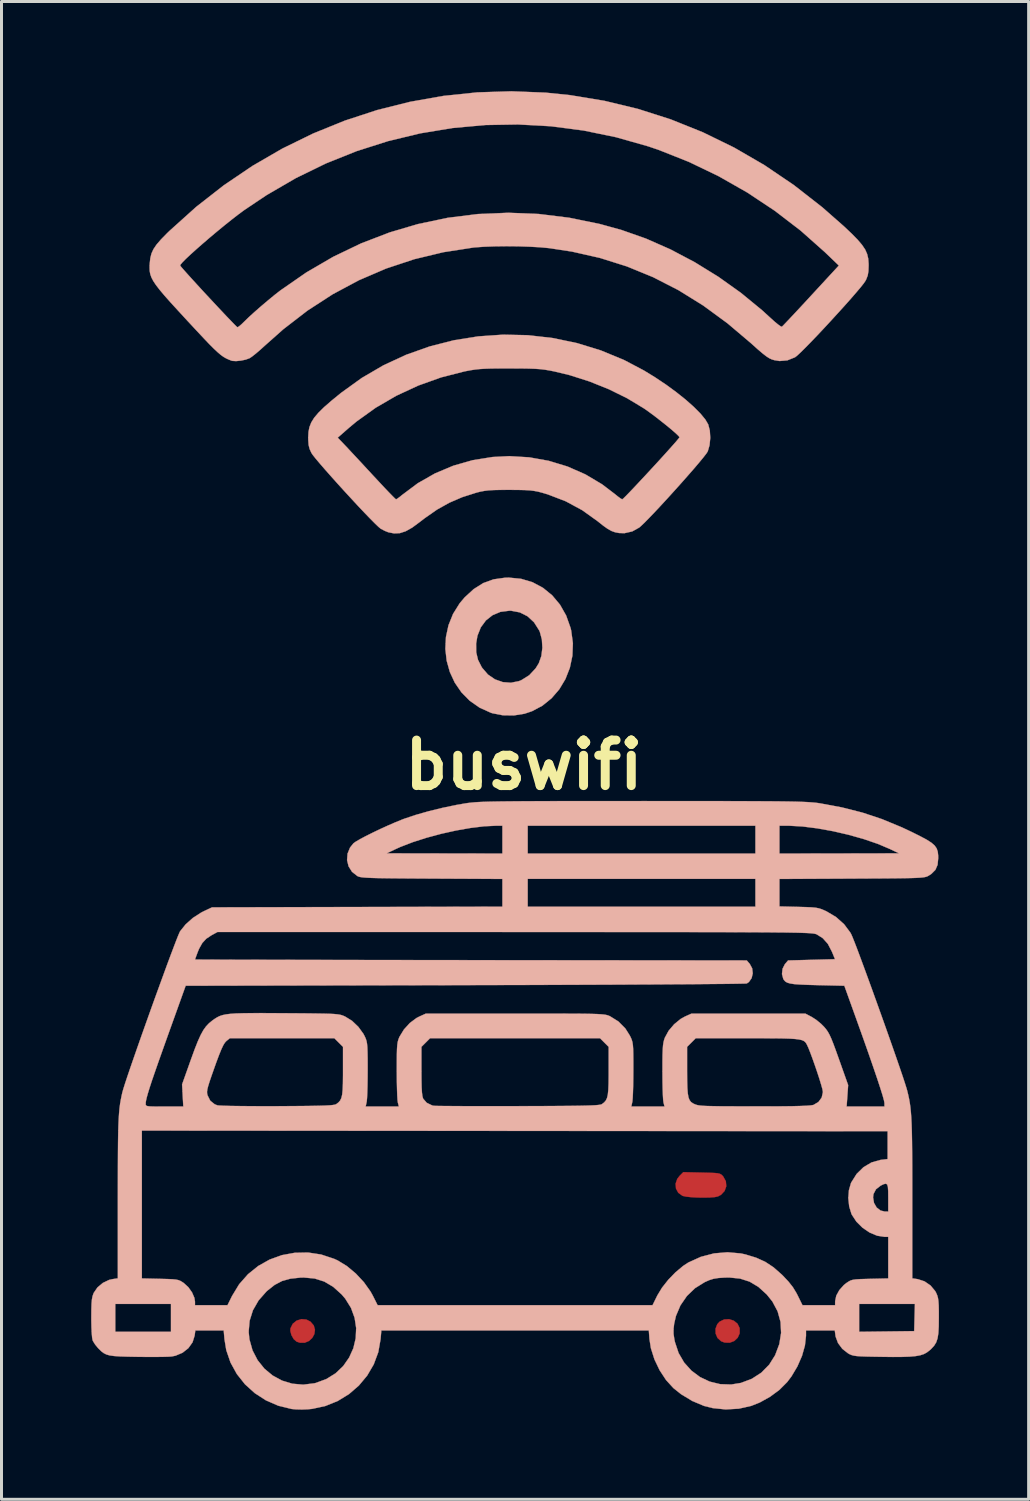
<source format=kicad_pcb>
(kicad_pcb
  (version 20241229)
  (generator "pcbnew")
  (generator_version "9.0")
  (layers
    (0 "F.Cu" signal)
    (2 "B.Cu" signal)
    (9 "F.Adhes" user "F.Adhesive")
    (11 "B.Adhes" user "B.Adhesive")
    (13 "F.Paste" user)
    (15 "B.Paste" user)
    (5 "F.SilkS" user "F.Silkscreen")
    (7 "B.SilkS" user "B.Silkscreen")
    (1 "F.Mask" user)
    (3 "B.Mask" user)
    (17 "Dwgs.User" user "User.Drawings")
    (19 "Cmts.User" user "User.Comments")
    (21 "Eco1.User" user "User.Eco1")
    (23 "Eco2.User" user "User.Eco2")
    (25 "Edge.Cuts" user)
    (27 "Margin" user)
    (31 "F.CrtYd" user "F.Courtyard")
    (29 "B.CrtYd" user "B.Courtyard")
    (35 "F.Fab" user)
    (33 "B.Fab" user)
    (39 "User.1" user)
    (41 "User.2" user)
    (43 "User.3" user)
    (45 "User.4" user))
  (footprint "buswifi"
    (layer "F.Cu")
    (at 14.482 22.55)
    (property "Reference" "buswifi" (at 0 0 0) (layer "F.SilkS") (effects (font (size 1.524 1.524) (thickness 0.3))))
    (attr through_hole)
    (fp_poly (pts (xy -7.279 18.557) (xy -7.142 18.627) (xy -7.032 18.756) (xy -6.992 18.899) (xy -7.012 19.042) (xy -7.082 19.171) (xy -7.191 19.273) (xy -7.331 19.332) (xy -7.491 19.334) (xy -7.607 19.296) (xy -7.704 19.211) (xy -7.78 19.078) (xy -7.817 18.935) (xy -7.812 18.852) (xy -7.735 18.698) (xy -7.606 18.593) (xy -7.446 18.543) (xy -7.279 18.557)) (stroke (width 0.01) (type solid)) (fill yes) (layer "F.Cu"))
    (fp_poly (pts (xy 7.023 18.595) (xy 7.148 18.696) (xy 7.218 18.841) (xy 7.219 18.842) (xy 7.221 19.017) (xy 7.155 19.165) (xy 7.04 19.274) (xy 6.889 19.332) (xy 6.72 19.328) (xy 6.599 19.283) (xy 6.479 19.174) (xy 6.416 19.027) (xy 6.412 18.865) (xy 6.47 18.714) (xy 6.549 18.627) (xy 6.702 18.554) (xy 6.867 18.545) (xy 7.023 18.595)) (stroke (width 0.01) (type solid)) (fill yes) (layer "F.Cu"))
    (fp_poly (pts (xy 5.951 13.639) (xy 6.192 13.645) (xy 6.362 13.651) (xy 6.478 13.661) (xy 6.554 13.678) (xy 6.604 13.704) (xy 6.645 13.741) (xy 6.671 13.771) (xy 6.758 13.929) (xy 6.772 14.097) (xy 6.716 14.254) (xy 6.597 14.382) (xy 6.491 14.438) (xy 6.384 14.46) (xy 6.218 14.473) (xy 6.014 14.477) (xy 5.799 14.474) (xy 5.594 14.462) (xy 5.424 14.444) (xy 5.313 14.419) (xy 5.306 14.416) (xy 5.166 14.316) (xy 5.089 14.174) (xy 5.076 14.012) (xy 5.131 13.85) (xy 5.207 13.752) (xy 5.334 13.625) (xy 5.951 13.639)) (stroke (width 0.01) (type solid)) (fill yes) (layer "F.Cu"))
    (fp_poly (pts (xy -0.095 -6.231) (xy 0.289 -6.116) (xy 0.638 -5.929) (xy 0.946 -5.678) (xy 1.207 -5.367) (xy 1.414 -5.002) (xy 1.561 -4.588) (xy 1.582 -4.5) (xy 1.639 -4.076) (xy 1.623 -3.658) (xy 1.538 -3.255) (xy 1.39 -2.877) (xy 1.184 -2.533) (xy 0.925 -2.233) (xy 0.619 -1.985) (xy 0.27 -1.8) (xy 0.02 -1.716) (xy -0.337 -1.659) (xy -0.705 -1.664) (xy -1.05 -1.731) (xy -1.102 -1.747) (xy -1.483 -1.919) (xy -1.814 -2.151) (xy -2.092 -2.433) (xy -2.314 -2.757) (xy -2.479 -3.113) (xy -2.585 -3.492) (xy -2.629 -3.885) (xy -2.62 -4.064) (xy -1.599 -4.064) (xy -1.596 -3.771) (xy -1.536 -3.519) (xy -1.413 -3.277) (xy -1.397 -3.252) (xy -1.203 -3.027) (xy -0.968 -2.866) (xy -0.707 -2.774) (xy -0.432 -2.753) (xy -0.158 -2.81) (xy -0.085 -2.84) (xy 0.179 -3.005) (xy 0.395 -3.238) (xy 0.499 -3.408) (xy 0.584 -3.647) (xy 0.618 -3.922) (xy 0.601 -4.202) (xy 0.533 -4.455) (xy 0.512 -4.503) (xy 0.339 -4.775) (xy 0.121 -4.977) (xy -0.136 -5.107) (xy -0.428 -5.162) (xy -0.487 -5.163) (xy -0.785 -5.125) (xy -1.049 -5.014) (xy -1.271 -4.839) (xy -1.442 -4.607) (xy -1.555 -4.326) (xy -1.599 -4.064) (xy -2.62 -4.064) (xy -2.609 -4.283) (xy -2.524 -4.677) (xy -2.371 -5.057) (xy -2.148 -5.414) (xy -1.983 -5.609) (xy -1.679 -5.888) (xy -1.361 -6.088) (xy -1.016 -6.213) (xy -0.634 -6.267) (xy -0.505 -6.271) (xy -0.095 -6.231)) (stroke (width 0.01) (type solid)) (fill yes) (layer "B.SilkS"))
    (fp_poly (pts (xy 0.133 -14.383) (xy 0.96 -14.289) (xy 1.776 -14.119) (xy 2.576 -13.873) (xy 3.354 -13.551) (xy 4.015 -13.203) (xy 4.393 -12.971) (xy 4.758 -12.727) (xy 5.1 -12.476) (xy 5.412 -12.227) (xy 5.683 -11.986) (xy 5.906 -11.762) (xy 6.071 -11.562) (xy 6.168 -11.397) (xy 6.221 -11.192) (xy 6.236 -10.949) (xy 6.213 -10.704) (xy 6.152 -10.495) (xy 6.151 -10.493) (xy 6.103 -10.419) (xy 6.005 -10.293) (xy 5.865 -10.123) (xy 5.691 -9.918) (xy 5.49 -9.688) (xy 5.272 -9.441) (xy 5.043 -9.186) (xy 4.813 -8.932) (xy 4.589 -8.689) (xy 4.379 -8.464) (xy 4.19 -8.267) (xy 4.033 -8.107) (xy 3.913 -7.993) (xy 3.86 -7.947) (xy 3.626 -7.817) (xy 3.366 -7.758) (xy 3.185 -7.763) (xy 3.053 -7.788) (xy 2.933 -7.831) (xy 2.806 -7.901) (xy 2.654 -8.009) (xy 2.468 -8.157) (xy 1.953 -8.526) (xy 1.4 -8.825) (xy 0.799 -9.056) (xy 0.614 -9.111) (xy 0.477 -9.147) (xy 0.346 -9.172) (xy 0.204 -9.19) (xy 0.032 -9.2) (xy -0.188 -9.205) (xy -0.474 -9.207) (xy -0.487 -9.207) (xy -0.778 -9.206) (xy -1.002 -9.201) (xy -1.178 -9.191) (xy -1.323 -9.173) (xy -1.457 -9.148) (xy -1.588 -9.115) (xy -2.062 -8.964) (xy -2.492 -8.779) (xy -2.904 -8.549) (xy -3.32 -8.259) (xy -3.485 -8.132) (xy -3.738 -7.945) (xy -3.955 -7.823) (xy -4.152 -7.759) (xy -4.343 -7.75) (xy -4.54 -7.789) (xy -4.656 -7.836) (xy -4.784 -7.903) (xy -4.794 -7.909) (xy -4.864 -7.967) (xy -4.982 -8.08) (xy -5.139 -8.238) (xy -5.328 -8.434) (xy -5.539 -8.657) (xy -5.764 -8.9) (xy -5.996 -9.152) (xy -6.227 -9.406) (xy -6.447 -9.652) (xy -6.65 -9.881) (xy -6.826 -10.085) (xy -6.968 -10.253) (xy -7.067 -10.378) (xy -7.112 -10.446) (xy -7.172 -10.578) (xy -7.205 -10.711) (xy -7.217 -10.88) (xy -7.218 -10.954) (xy -6.231 -10.954) (xy -6.023 -10.737) (xy -5.936 -10.646) (xy -5.803 -10.503) (xy -5.633 -10.321) (xy -5.437 -10.111) (xy -5.227 -9.883) (xy -5.062 -9.705) (xy -4.859 -9.487) (xy -4.675 -9.29) (xy -4.517 -9.124) (xy -4.393 -8.997) (xy -4.311 -8.916) (xy -4.279 -8.89) (xy -4.232 -8.915) (xy -4.145 -8.98) (xy -4.082 -9.032) (xy -3.552 -9.429) (xy -2.975 -9.758) (xy -2.361 -10.016) (xy -1.717 -10.2) (xy -1.05 -10.307) (xy -0.487 -10.336) (xy 0.178 -10.296) (xy 0.831 -10.179) (xy 1.46 -9.988) (xy 2.058 -9.725) (xy 2.615 -9.394) (xy 3.034 -9.075) (xy 3.149 -8.982) (xy 3.242 -8.915) (xy 3.291 -8.89) (xy 3.328 -8.92) (xy 3.414 -9.004) (xy 3.539 -9.133) (xy 3.696 -9.298) (xy 3.877 -9.491) (xy 4.073 -9.701) (xy 4.276 -9.921) (xy 4.479 -10.141) (xy 4.672 -10.353) (xy 4.847 -10.547) (xy 4.996 -10.714) (xy 5.111 -10.846) (xy 5.184 -10.934) (xy 5.207 -10.967) (xy 5.175 -11.011) (xy 5.087 -11.096) (xy 4.955 -11.211) (xy 4.792 -11.347) (xy 4.608 -11.493) (xy 4.418 -11.642) (xy 4.232 -11.781) (xy 4.062 -11.903) (xy 4.002 -11.943) (xy 3.451 -12.275) (xy 2.84 -12.576) (xy 2.192 -12.836) (xy 1.53 -13.047) (xy 1.016 -13.171) (xy 0.849 -13.204) (xy 0.697 -13.229) (xy 0.543 -13.247) (xy 0.372 -13.259) (xy 0.168 -13.266) (xy -0.085 -13.27) (xy -0.403 -13.271) (xy -0.487 -13.271) (xy -0.822 -13.271) (xy -1.089 -13.268) (xy -1.303 -13.261) (xy -1.48 -13.25) (xy -1.636 -13.233) (xy -1.787 -13.21) (xy -1.949 -13.179) (xy -1.99 -13.171) (xy -2.772 -12.971) (xy -3.535 -12.698) (xy -4.268 -12.358) (xy -4.958 -11.957) (xy -5.595 -11.5) (xy -5.857 -11.282) (xy -6.231 -10.954) (xy -7.218 -10.954) (xy -7.218 -10.963) (xy -7.209 -11.144) (xy -7.177 -11.308) (xy -7.115 -11.464) (xy -7.017 -11.622) (xy -6.876 -11.789) (xy -6.685 -11.977) (xy -6.438 -12.192) (xy -6.127 -12.446) (xy -6.117 -12.454) (xy -5.428 -12.951) (xy -4.7 -13.376) (xy -3.94 -13.728) (xy -3.153 -14.007) (xy -2.347 -14.213) (xy -1.526 -14.344) (xy -0.697 -14.401) (xy 0.133 -14.383)) (stroke (width 0.01) (type solid)) (fill yes) (layer "B.SilkS"))
    (fp_poly (pts (xy 0.726 -22.5) (xy 1.546 -22.416) (xy 2.695 -22.226) (xy 3.819 -21.955) (xy 4.917 -21.604) (xy 5.989 -21.173) (xy 7.033 -20.663) (xy 8.047 -20.075) (xy 9.032 -19.408) (xy 9.986 -18.663) (xy 10.709 -18.027) (xy 10.968 -17.782) (xy 11.168 -17.578) (xy 11.316 -17.404) (xy 11.42 -17.249) (xy 11.486 -17.099) (xy 11.522 -16.946) (xy 11.535 -16.776) (xy 11.536 -16.721) (xy 11.529 -16.528) (xy 11.506 -16.385) (xy 11.457 -16.256) (xy 11.43 -16.203) (xy 11.373 -16.119) (xy 11.266 -15.984) (xy 11.117 -15.808) (xy 10.935 -15.598) (xy 10.728 -15.365) (xy 10.503 -15.117) (xy 10.27 -14.862) (xy 10.036 -14.609) (xy 9.809 -14.368) (xy 9.597 -14.147) (xy 9.41 -13.956) (xy 9.253 -13.801) (xy 9.137 -13.694) (xy 9.072 -13.644) (xy 8.815 -13.541) (xy 8.554 -13.519) (xy 8.383 -13.547) (xy 8.296 -13.573) (xy 8.21 -13.613) (xy 8.112 -13.676) (xy 7.99 -13.771) (xy 7.831 -13.906) (xy 7.625 -14.091) (xy 7.609 -14.106) (xy 6.811 -14.782) (xy 6 -15.376) (xy 5.172 -15.89) (xy 4.323 -16.325) (xy 3.448 -16.684) (xy 2.543 -16.969) (xy 1.605 -17.181) (xy 0.851 -17.296) (xy 0.557 -17.324) (xy 0.204 -17.344) (xy -0.184 -17.357) (xy -0.585 -17.361) (xy -0.976 -17.356) (xy -1.333 -17.343) (xy -1.634 -17.322) (xy -1.693 -17.316) (xy -2.697 -17.16) (xy -3.67 -16.926) (xy -4.611 -16.614) (xy -5.521 -16.223) (xy -6.398 -15.754) (xy -7.242 -15.207) (xy -8.052 -14.582) (xy -8.657 -14.045) (xy -8.818 -13.899) (xy -8.971 -13.768) (xy -9.098 -13.668) (xy -9.178 -13.614) (xy -9.309 -13.566) (xy -9.473 -13.532) (xy -9.634 -13.516) (xy -9.759 -13.524) (xy -9.779 -13.529) (xy -9.876 -13.567) (xy -9.964 -13.607) (xy -10.051 -13.657) (xy -10.144 -13.724) (xy -10.25 -13.814) (xy -10.377 -13.933) (xy -10.531 -14.087) (xy -10.719 -14.285) (xy -10.95 -14.531) (xy -11.23 -14.833) (xy -11.254 -14.858) (xy -11.562 -15.193) (xy -11.818 -15.473) (xy -12.025 -15.706) (xy -12.188 -15.9) (xy -12.313 -16.062) (xy -12.404 -16.199) (xy -12.466 -16.319) (xy -12.504 -16.429) (xy -12.523 -16.536) (xy -12.527 -16.649) (xy -12.525 -16.715) (xy -11.504 -16.715) (xy -11.471 -16.671) (xy -11.389 -16.576) (xy -11.266 -16.438) (xy -11.111 -16.266) (xy -10.931 -16.069) (xy -10.736 -15.856) (xy -10.532 -15.637) (xy -10.329 -15.419) (xy -10.135 -15.212) (xy -9.958 -15.024) (xy -9.806 -14.866) (xy -9.688 -14.744) (xy -9.612 -14.669) (xy -9.587 -14.649) (xy -9.536 -14.676) (xy -9.449 -14.75) (xy -9.354 -14.842) (xy -9.209 -14.983) (xy -9.016 -15.159) (xy -8.793 -15.354) (xy -8.561 -15.55) (xy -8.339 -15.733) (xy -8.149 -15.881) (xy -7.282 -16.482) (xy -6.381 -17.007) (xy -5.449 -17.455) (xy -4.488 -17.824) (xy -3.549 -18.101) (xy -2.546 -18.312) (xy -1.536 -18.438) (xy -0.52 -18.48) (xy 0.5 -18.439) (xy 1.521 -18.313) (xy 2.541 -18.104) (xy 3.268 -17.903) (xy 4.084 -17.616) (xy 4.905 -17.254) (xy 5.717 -16.825) (xy 6.507 -16.338) (xy 7.262 -15.8) (xy 7.968 -15.22) (xy 8.243 -14.969) (xy 8.385 -14.841) (xy 8.507 -14.74) (xy 8.594 -14.679) (xy 8.632 -14.666) (xy 8.67 -14.702) (xy 8.757 -14.793) (xy 8.888 -14.931) (xy 9.055 -15.109) (xy 9.251 -15.319) (xy 9.468 -15.553) (xy 9.606 -15.703) (xy 10.539 -16.714) (xy 10.072 -17.162) (xy 9.264 -17.88) (xy 8.395 -18.547) (xy 7.476 -19.157) (xy 6.517 -19.703) (xy 5.529 -20.179) (xy 4.521 -20.58) (xy 4.163 -20.702) (xy 3.085 -21.008) (xy 1.997 -21.232) (xy 0.901 -21.375) (xy -0.198 -21.435) (xy -1.296 -21.416) (xy -2.389 -21.316) (xy -3.472 -21.137) (xy -4.542 -20.879) (xy -5.595 -20.544) (xy -6.626 -20.131) (xy -7.63 -19.641) (xy -8.605 -19.075) (xy -9.356 -18.572) (xy -9.551 -18.428) (xy -9.772 -18.257) (xy -10.01 -18.067) (xy -10.257 -17.864) (xy -10.503 -17.658) (xy -10.74 -17.454) (xy -10.96 -17.261) (xy -11.154 -17.086) (xy -11.314 -16.936) (xy -11.43 -16.818) (xy -11.494 -16.741) (xy -11.504 -16.715) (xy -12.525 -16.715) (xy -12.522 -16.773) (xy -12.521 -16.785) (xy -12.502 -16.962) (xy -12.463 -17.117) (xy -12.396 -17.263) (xy -12.293 -17.416) (xy -12.144 -17.588) (xy -11.942 -17.795) (xy -11.845 -17.888) (xy -10.965 -18.679) (xy -10.042 -19.4) (xy -9.08 -20.051) (xy -8.082 -20.629) (xy -7.052 -21.133) (xy -5.994 -21.563) (xy -4.912 -21.917) (xy -3.81 -22.193) (xy -2.691 -22.391) (xy -1.56 -22.509) (xy -0.419 -22.545) (xy 0.726 -22.5)) (stroke (width 0.01) (type solid)) (fill yes) (layer "B.SilkS"))
    (fp_poly (pts (xy 4.775 1.207) (xy 5.491 1.207) (xy 6.132 1.207) (xy 6.702 1.208) (xy 7.206 1.209) (xy 7.649 1.211) (xy 8.036 1.213) (xy 8.371 1.215) (xy 8.659 1.218) (xy 8.904 1.222) (xy 9.112 1.226) (xy 9.287 1.232) (xy 9.433 1.238) (xy 9.556 1.245) (xy 9.66 1.253) (xy 9.75 1.261) (xy 9.831 1.271) (xy 9.906 1.282) (xy 10.642 1.419) (xy 11.325 1.592) (xy 11.983 1.811) (xy 12.641 2.083) (xy 12.981 2.243) (xy 13.265 2.385) (xy 13.482 2.501) (xy 13.639 2.602) (xy 13.746 2.696) (xy 13.813 2.793) (xy 13.849 2.902) (xy 13.863 3.031) (xy 13.864 3.119) (xy 13.843 3.341) (xy 13.77 3.509) (xy 13.635 3.644) (xy 13.542 3.704) (xy 13.509 3.722) (xy 13.471 3.737) (xy 13.42 3.75) (xy 13.351 3.761) (xy 13.256 3.77) (xy 13.129 3.777) (xy 12.962 3.783) (xy 12.749 3.787) (xy 12.483 3.791) (xy 12.157 3.794) (xy 11.764 3.797) (xy 11.298 3.799) (xy 10.975 3.801) (xy 8.551 3.813) (xy 8.551 4.732) (xy 9.197 4.748) (xy 9.447 4.755) (xy 9.631 4.763) (xy 9.767 4.776) (xy 9.873 4.797) (xy 9.97 4.828) (xy 10.073 4.873) (xy 10.127 4.898) (xy 10.445 5.087) (xy 10.715 5.329) (xy 10.923 5.607) (xy 10.954 5.663) (xy 10.992 5.75) (xy 11.056 5.909) (xy 11.141 6.129) (xy 11.244 6.404) (xy 11.362 6.723) (xy 11.492 7.078) (xy 11.631 7.459) (xy 11.775 7.859) (xy 11.922 8.268) (xy 12.068 8.677) (xy 12.21 9.078) (xy 12.345 9.462) (xy 12.47 9.82) (xy 12.581 10.142) (xy 12.676 10.421) (xy 12.75 10.647) (xy 12.802 10.812) (xy 12.823 10.886) (xy 12.857 11.024) (xy 12.886 11.157) (xy 12.911 11.294) (xy 12.932 11.441) (xy 12.949 11.606) (xy 12.963 11.795) (xy 12.974 12.017) (xy 12.982 12.279) (xy 12.988 12.588) (xy 12.992 12.951) (xy 12.995 13.376) (xy 12.996 13.87) (xy 12.996 14.44) (xy 12.996 14.519) (xy 12.996 17.178) (xy 13.183 17.206) (xy 13.406 17.279) (xy 13.608 17.418) (xy 13.763 17.604) (xy 13.795 17.663) (xy 13.83 17.744) (xy 13.855 17.83) (xy 13.871 17.937) (xy 13.881 18.081) (xy 13.885 18.28) (xy 13.885 18.494) (xy 13.882 18.788) (xy 13.869 19.014) (xy 13.842 19.186) (xy 13.797 19.32) (xy 13.728 19.432) (xy 13.633 19.536) (xy 13.573 19.59) (xy 13.484 19.658) (xy 13.385 19.712) (xy 13.263 19.752) (xy 13.11 19.78) (xy 12.913 19.798) (xy 12.662 19.807) (xy 12.347 19.809) (xy 12.002 19.805) (xy 11.689 19.8) (xy 11.448 19.795) (xy 11.268 19.788) (xy 11.137 19.779) (xy 11.041 19.765) (xy 10.969 19.746) (xy 10.908 19.721) (xy 10.848 19.688) (xy 10.655 19.537) (xy 10.511 19.343) (xy 10.431 19.128) (xy 10.426 19.095) (xy 10.403 18.923) (xy 9.44 18.923) (xy 9.44 19.103) (xy 9.404 19.426) (xy 9.306 19.773) (xy 9.153 20.124) (xy 8.955 20.457) (xy 8.809 20.65) (xy 8.553 20.907) (xy 8.239 21.14) (xy 7.893 21.332) (xy 7.608 21.446) (xy 7.19 21.54) (xy 6.751 21.565) (xy 6.317 21.52) (xy 6.029 21.448) (xy 5.637 21.284) (xy 5.26 21.056) (xy 5.002 20.85) (xy 4.756 20.58) (xy 4.541 20.252) (xy 4.368 19.89) (xy 4.25 19.518) (xy 4.201 19.209) (xy 4.18 18.923) (xy -4.771 18.923) (xy -4.796 19.211) (xy -4.873 19.648) (xy -5.025 20.057) (xy -5.245 20.433) (xy -5.524 20.767) (xy -5.855 21.053) (xy -6.231 21.283) (xy -6.644 21.45) (xy -7.086 21.546) (xy -7.239 21.561) (xy -7.433 21.568) (xy -7.628 21.563) (xy -7.773 21.55) (xy -8.219 21.441) (xy -8.633 21.261) (xy -9.007 21.019) (xy -9.334 20.723) (xy -9.607 20.379) (xy -9.818 19.996) (xy -9.96 19.582) (xy -10.021 19.211) (xy -10.042 18.965) (xy -9.211 18.965) (xy -9.186 19.217) (xy -9.082 19.588) (xy -8.911 19.918) (xy -8.684 20.201) (xy -8.408 20.43) (xy -8.094 20.6) (xy -7.75 20.704) (xy -7.386 20.736) (xy -7.012 20.69) (xy -6.962 20.678) (xy -6.607 20.546) (xy -6.301 20.355) (xy -6.047 20.113) (xy -5.849 19.83) (xy -5.708 19.518) (xy -5.629 19.185) (xy -5.615 18.881) (xy 5.007 18.881) (xy 5.008 19.039) (xy 5.034 19.216) (xy 5.055 19.313) (xy 5.176 19.676) (xy 5.362 19.996) (xy 5.605 20.266) (xy 5.893 20.481) (xy 6.217 20.634) (xy 6.568 20.719) (xy 6.936 20.731) (xy 7.262 20.678) (xy 7.626 20.541) (xy 7.943 20.336) (xy 8.207 20.068) (xy 8.406 19.752) (xy 8.547 19.379) (xy 8.607 19.004) (xy 8.588 18.636) (xy 8.49 18.282) (xy 8.314 17.952) (xy 8.125 17.717) (xy 7.846 17.464) (xy 7.554 17.289) (xy 7.235 17.187) (xy 6.875 17.15) (xy 6.716 17.153) (xy 6.505 17.167) (xy 6.345 17.193) (xy 6.202 17.238) (xy 6.051 17.305) (xy 5.728 17.506) (xy 5.454 17.769) (xy 5.238 18.083) (xy 5.088 18.436) (xy 5.028 18.697) (xy 5.007 18.881) (xy -5.615 18.881) (xy -5.613 18.843) (xy -5.665 18.501) (xy -5.786 18.168) (xy -5.98 17.856) (xy -6.099 17.717) (xy -6.382 17.462) (xy -6.679 17.286) (xy -7.003 17.184) (xy -7.365 17.151) (xy -7.485 17.154) (xy -7.816 17.19) (xy -8.093 17.267) (xy -8.342 17.398) (xy -8.586 17.591) (xy -8.617 17.619) (xy -8.879 17.917) (xy -9.068 18.246) (xy -9.179 18.598) (xy -9.211 18.965) (xy -10.042 18.965) (xy -10.045 18.923) (xy -10.996 18.923) (xy -11.019 19.095) (xy -11.089 19.319) (xy -11.229 19.515) (xy -11.424 19.668) (xy -11.659 19.767) (xy -11.785 19.792) (xy -11.893 19.8) (xy -12.069 19.805) (xy -12.297 19.808) (xy -12.562 19.808) (xy -12.846 19.806) (xy -12.934 19.805) (xy -13.261 19.799) (xy -13.515 19.791) (xy -13.71 19.778) (xy -13.857 19.758) (xy -13.969 19.727) (xy -14.059 19.682) (xy -14.139 19.622) (xy -14.22 19.543) (xy -14.253 19.509) (xy -14.348 19.394) (xy -14.42 19.279) (xy -14.433 19.248) (xy -14.449 19.165) (xy -14.462 19.015) (xy -14.472 18.817) (xy -14.477 18.59) (xy -14.477 18.486) (xy -14.475 18.225) (xy -14.469 18.034) (xy -13.674 18.034) (xy -13.674 18.965) (xy -11.811 18.965) (xy -11.811 18.034) (xy -13.674 18.034) (xy -14.469 18.034) (xy -14.469 18.032) (xy -14.457 17.891) (xy -14.438 17.785) (xy -14.409 17.698) (xy -14.396 17.666) (xy -14.271 17.483) (xy -14.09 17.331) (xy -13.879 17.23) (xy -13.776 17.206) (xy -13.611 17.181) (xy -12.785 17.181) (xy -12.174 17.195) (xy -11.935 17.201) (xy -11.763 17.208) (xy -11.642 17.22) (xy -11.555 17.239) (xy -11.485 17.269) (xy -11.416 17.312) (xy -11.381 17.336) (xy -11.23 17.474) (xy -11.106 17.648) (xy -11.027 17.831) (xy -11.007 17.958) (xy -11.007 18.076) (xy -9.919 18.076) (xy -9.766 17.767) (xy -9.528 17.375) (xy -9.233 17.04) (xy -8.89 16.764) (xy -8.509 16.55) (xy -8.099 16.402) (xy -7.669 16.323) (xy -7.228 16.314) (xy -6.786 16.381) (xy -6.351 16.525) (xy -6.229 16.581) (xy -5.923 16.768) (xy -5.625 17.017) (xy -5.355 17.307) (xy -5.135 17.616) (xy -5.061 17.748) (xy -4.896 18.076) (xy 4.305 18.076) (xy 4.466 17.748) (xy 4.622 17.491) (xy 4.832 17.225) (xy 5.075 16.974) (xy 5.328 16.763) (xy 5.503 16.648) (xy 5.923 16.458) (xy 6.364 16.343) (xy 6.814 16.305) (xy 7.26 16.345) (xy 7.409 16.377) (xy 7.77 16.487) (xy 8.075 16.625) (xy 8.352 16.808) (xy 8.627 17.05) (xy 8.659 17.081) (xy 8.854 17.288) (xy 9.001 17.474) (xy 9.118 17.667) (xy 9.16 17.748) (xy 9.321 18.076) (xy 10.414 18.076) (xy 10.414 18.034) (xy 11.218 18.034) (xy 11.218 18.967) (xy 13.06 18.944) (xy 13.072 18.489) (xy 13.084 18.034) (xy 11.218 18.034) (xy 10.414 18.034) (xy 10.415 17.939) (xy 10.453 17.758) (xy 10.555 17.572) (xy 10.706 17.403) (xy 10.788 17.337) (xy 10.863 17.287) (xy 10.929 17.251) (xy 11.006 17.228) (xy 11.108 17.213) (xy 11.254 17.204) (xy 11.459 17.198) (xy 11.582 17.195) (xy 12.192 17.181) (xy 12.192 15.79) (xy 12.07 15.79) (xy 11.822 15.752) (xy 11.569 15.646) (xy 11.332 15.485) (xy 11.127 15.282) (xy 10.976 15.052) (xy 10.96 15.019) (xy 10.885 14.772) (xy 10.856 14.499) (xy 10.858 14.469) (xy 11.684 14.469) (xy 11.716 14.656) (xy 11.804 14.808) (xy 11.934 14.909) (xy 12.076 14.943) (xy 12.192 14.944) (xy 12.192 14.478) (xy 12.19 14.26) (xy 12.18 14.115) (xy 12.155 14.036) (xy 12.11 14.01) (xy 12.036 14.028) (xy 11.938 14.076) (xy 11.782 14.197) (xy 11.698 14.358) (xy 11.684 14.469) (xy 10.858 14.469) (xy 10.876 14.229) (xy 10.943 13.995) (xy 10.954 13.97) (xy 11.134 13.684) (xy 11.364 13.459) (xy 11.632 13.3) (xy 11.93 13.216) (xy 11.953 13.213) (xy 12.171 13.187) (xy 12.171 12.255) (xy -12.785 12.234) (xy -12.785 17.181) (xy -13.611 17.181) (xy -13.589 17.178) (xy -13.589 14.484) (xy -13.588 13.912) (xy -13.587 13.418) (xy -13.585 12.993) (xy -13.582 12.631) (xy -13.577 12.324) (xy -13.57 12.065) (xy -13.56 11.845) (xy -13.548 11.659) (xy -13.534 11.497) (xy -13.515 11.354) (xy -13.512 11.334) (xy -12.658 11.334) (xy -12.655 11.371) (xy -12.64 11.397) (xy -12.599 11.414) (xy -12.519 11.424) (xy -12.388 11.428) (xy -12.193 11.43) (xy -12.028 11.43) (xy -11.398 11.43) (xy -11.419 11.06) (xy -11.425 10.937) (xy -10.604 10.937) (xy -10.6 11) (xy -10.587 11.053) (xy -10.497 11.233) (xy -10.351 11.351) (xy -10.26 11.388) (xy -10.193 11.395) (xy -10.051 11.402) (xy -9.843 11.408) (xy -9.577 11.412) (xy -9.264 11.415) (xy -8.913 11.417) (xy -8.532 11.418) (xy -8.255 11.417) (xy -7.791 11.414) (xy -7.406 11.411) (xy -7.09 11.407) (xy -6.838 11.402) (xy -6.643 11.396) (xy -6.497 11.388) (xy -6.394 11.378) (xy -6.326 11.366) (xy -6.286 11.352) (xy -6.281 11.349) (xy -6.207 11.293) (xy -6.151 11.23) (xy -6.11 11.146) (xy -6.082 11.031) (xy -6.066 10.872) (xy -6.057 10.657) (xy -6.054 10.374) (xy -6.054 10.244) (xy -6.054 9.432) (xy -6.198 9.288) (xy -6.342 9.144) (xy -8.092 9.144) (xy -9.842 9.144) (xy -9.959 9.239) (xy -10.008 9.293) (xy -10.062 9.381) (xy -10.124 9.513) (xy -10.2 9.699) (xy -10.294 9.95) (xy -10.354 10.118) (xy -10.45 10.39) (xy -10.52 10.596) (xy -10.567 10.747) (xy -10.594 10.857) (xy -10.604 10.937) (xy -11.425 10.937) (xy -11.439 10.689) (xy -11.141 9.852) (xy -11.018 9.514) (xy -10.912 9.246) (xy -10.817 9.036) (xy -10.727 8.872) (xy -10.636 8.745) (xy -10.537 8.641) (xy -10.428 8.552) (xy -10.345 8.493) (xy -10.265 8.443) (xy -10.182 8.402) (xy -10.086 8.37) (xy -9.969 8.345) (xy -9.823 8.327) (xy -9.64 8.314) (xy -9.411 8.307) (xy -9.128 8.303) (xy -8.783 8.302) (xy -8.368 8.304) (xy -8.021 8.306) (xy -7.581 8.309) (xy -7.218 8.312) (xy -6.922 8.316) (xy -6.686 8.32) (xy -6.501 8.325) (xy -6.359 8.332) (xy -6.251 8.342) (xy -6.169 8.354) (xy -6.105 8.369) (xy -6.051 8.388) (xy -5.997 8.411) (xy -5.981 8.419) (xy -5.752 8.56) (xy -5.541 8.761) (xy -5.37 8.997) (xy -5.32 9.094) (xy -5.289 9.166) (xy -5.266 9.239) (xy -5.25 9.327) (xy -5.239 9.442) (xy -5.233 9.599) (xy -5.229 9.809) (xy -5.228 10.087) (xy -5.228 10.202) (xy -5.23 10.482) (xy -5.234 10.742) (xy -5.241 10.968) (xy -5.249 11.143) (xy -5.259 11.254) (xy -5.262 11.271) (xy -5.296 11.43) (xy -4.184 11.43) (xy -4.219 11.292) (xy -4.23 11.21) (xy -4.239 11.058) (xy -4.246 10.85) (xy -4.252 10.601) (xy -4.254 10.326) (xy -4.255 10.223) (xy -4.254 9.916) (xy -4.252 9.68) (xy -4.247 9.503) (xy -4.242 9.432) (xy -3.429 9.432) (xy -3.429 10.243) (xy -3.427 10.552) (xy -3.422 10.787) (xy -3.412 10.959) (xy -3.397 11.077) (xy -3.376 11.154) (xy -3.369 11.169) (xy -3.253 11.303) (xy -3.072 11.391) (xy -3.027 11.402) (xy -2.971 11.406) (xy -2.837 11.409) (xy -2.634 11.411) (xy -2.368 11.413) (xy -2.047 11.415) (xy -1.677 11.416) (xy -1.268 11.416) (xy -0.825 11.416) (xy -0.356 11.416) (xy -0.212 11.415) (xy 0.35 11.414) (xy 0.833 11.412) (xy 1.244 11.409) (xy 1.587 11.406) (xy 1.869 11.402) (xy 2.095 11.397) (xy 2.272 11.391) (xy 2.405 11.384) (xy 2.501 11.375) (xy 2.564 11.365) (xy 2.602 11.353) (xy 2.609 11.349) (xy 2.683 11.293) (xy 2.739 11.23) (xy 2.78 11.146) (xy 2.808 11.031) (xy 2.824 10.872) (xy 2.833 10.657) (xy 2.836 10.374) (xy 2.836 10.244) (xy 2.836 9.432) (xy 2.692 9.288) (xy 2.548 9.144) (xy -3.141 9.144) (xy -3.429 9.432) (xy -4.242 9.432) (xy -4.238 9.372) (xy -4.224 9.274) (xy -4.204 9.197) (xy -4.178 9.127) (xy -4.163 9.094) (xy -4.015 8.851) (xy -3.817 8.633) (xy -3.593 8.466) (xy -3.502 8.419) (xy -3.281 8.319) (xy -0.296 8.319) (xy 0.278 8.319) (xy 0.774 8.319) (xy 1.198 8.319) (xy 1.556 8.321) (xy 1.854 8.322) (xy 2.098 8.325) (xy 2.295 8.329) (xy 2.451 8.334) (xy 2.572 8.341) (xy 2.664 8.349) (xy 2.733 8.359) (xy 2.786 8.371) (xy 2.829 8.385) (xy 2.867 8.401) (xy 2.884 8.409) (xy 3.162 8.582) (xy 3.395 8.817) (xy 3.544 9.053) (xy 3.583 9.133) (xy 3.612 9.205) (xy 3.633 9.281) (xy 3.647 9.375) (xy 3.656 9.5) (xy 3.66 9.669) (xy 3.662 9.896) (xy 3.662 10.194) (xy 3.662 10.202) (xy 3.66 10.482) (xy 3.656 10.742) (xy 3.649 10.968) (xy 3.641 11.143) (xy 3.631 11.254) (xy 3.628 11.271) (xy 3.594 11.43) (xy 4.706 11.43) (xy 4.671 11.292) (xy 4.66 11.21) (xy 4.651 11.057) (xy 4.643 10.849) (xy 4.638 10.602) (xy 4.636 10.328) (xy 4.636 10.245) (xy 4.636 9.934) (xy 4.639 9.695) (xy 4.646 9.515) (xy 4.652 9.432) (xy 5.461 9.432) (xy 5.461 10.243) (xy 5.463 10.561) (xy 5.47 10.806) (xy 5.484 10.989) (xy 5.507 11.121) (xy 5.543 11.213) (xy 5.592 11.277) (xy 5.658 11.323) (xy 5.68 11.334) (xy 5.723 11.354) (xy 5.769 11.371) (xy 5.825 11.385) (xy 5.9 11.396) (xy 6.001 11.405) (xy 6.137 11.411) (xy 6.315 11.415) (xy 6.544 11.419) (xy 6.831 11.42) (xy 7.184 11.422) (xy 7.612 11.423) (xy 7.747 11.423) (xy 8.239 11.423) (xy 8.652 11.421) (xy 8.989 11.417) (xy 9.256 11.41) (xy 9.456 11.402) (xy 9.595 11.391) (xy 9.678 11.378) (xy 9.69 11.375) (xy 9.856 11.277) (xy 9.965 11.129) (xy 10.005 10.948) (xy 10.004 10.931) (xy 9.989 10.846) (xy 9.948 10.699) (xy 9.89 10.507) (xy 9.818 10.287) (xy 9.739 10.055) (xy 9.659 9.829) (xy 9.584 9.626) (xy 9.519 9.462) (xy 9.473 9.363) (xy 9.444 9.311) (xy 9.411 9.268) (xy 9.364 9.233) (xy 9.298 9.205) (xy 9.204 9.184) (xy 9.074 9.168) (xy 8.901 9.157) (xy 8.676 9.15) (xy 8.393 9.146) (xy 8.043 9.145) (xy 7.618 9.144) (xy 7.47 9.144) (xy 5.749 9.144) (xy 5.605 9.288) (xy 5.461 9.432) (xy 4.652 9.432) (xy 4.656 9.379) (xy 4.672 9.275) (xy 4.694 9.189) (xy 4.717 9.124) (xy 4.843 8.893) (xy 5.027 8.676) (xy 5.245 8.498) (xy 5.388 8.418) (xy 5.609 8.319) (xy 9.419 8.319) (xy 9.635 8.433) (xy 9.784 8.529) (xy 9.943 8.66) (xy 10.042 8.759) (xy 10.109 8.838) (xy 10.168 8.921) (xy 10.224 9.021) (xy 10.284 9.151) (xy 10.353 9.323) (xy 10.437 9.55) (xy 10.541 9.841) (xy 10.85 10.711) (xy 10.825 11.07) (xy 10.799 11.43) (xy 12.065 11.43) (xy 12.065 11.314) (xy 12.05 11.227) (xy 12.005 11.062) (xy 11.929 10.819) (xy 11.824 10.499) (xy 11.689 10.103) (xy 11.526 9.632) (xy 11.333 9.086) (xy 11.119 8.488) (xy 10.723 7.387) (xy 9.817 7.366) (xy 9.49 7.357) (xy 9.237 7.346) (xy 9.047 7.332) (xy 8.909 7.311) (xy 8.813 7.283) (xy 8.748 7.245) (xy 8.703 7.195) (xy 8.679 7.156) (xy 8.636 6.995) (xy 8.655 6.819) (xy 8.732 6.666) (xy 8.738 6.659) (xy 8.84 6.54) (xy 9.625 6.519) (xy 10.41 6.498) (xy 10.308 6.249) (xy 10.172 5.987) (xy 10.001 5.795) (xy 9.8 5.668) (xy 9.78 5.66) (xy 9.754 5.652) (xy 9.72 5.645) (xy 9.674 5.638) (xy 9.614 5.632) (xy 9.536 5.626) (xy 9.436 5.621) (xy 9.312 5.617) (xy 9.16 5.612) (xy 8.978 5.609) (xy 8.761 5.605) (xy 8.506 5.603) (xy 8.211 5.6) (xy 7.872 5.598) (xy 7.486 5.596) (xy 7.049 5.594) (xy 6.559 5.593) (xy 6.012 5.592) (xy 5.404 5.591) (xy 4.733 5.591) (xy 3.996 5.59) (xy 3.189 5.59) (xy 2.309 5.589) (xy 1.352 5.589) (xy 0.316 5.589) (xy -0.312 5.589) (xy -10.254 5.588) (xy -10.456 5.698) (xy -10.631 5.814) (xy -10.763 5.958) (xy -10.871 6.151) (xy -10.921 6.273) (xy -10.967 6.397) (xy -10.998 6.483) (xy -11.007 6.508) (xy -10.965 6.509) (xy -10.842 6.511) (xy -10.643 6.512) (xy -10.37 6.513) (xy -10.028 6.514) (xy -9.621 6.516) (xy -9.152 6.517) (xy -8.625 6.518) (xy -8.044 6.519) (xy -7.413 6.521) (xy -6.736 6.522) (xy -6.016 6.523) (xy -5.258 6.525) (xy -4.465 6.526) (xy -3.64 6.527) (xy -2.789 6.528) (xy -1.915 6.529) (xy -1.774 6.53) (xy 7.458 6.54) (xy 7.56 6.659) (xy 7.639 6.806) (xy 7.658 6.972) (xy 7.62 7.133) (xy 7.529 7.262) (xy 7.459 7.31) (xy 7.41 7.313) (xy 7.281 7.316) (xy 7.075 7.32) (xy 6.795 7.324) (xy 6.446 7.327) (xy 6.032 7.331) (xy 5.557 7.335) (xy 5.023 7.338) (xy 4.436 7.342) (xy 3.799 7.345) (xy 3.116 7.349) (xy 2.39 7.352) (xy 1.626 7.355) (xy 0.827 7.358) (xy -0.002 7.361) (xy -0.858 7.363) (xy -1.738 7.365) (xy -1.966 7.366) (xy -11.319 7.387) (xy -11.904 9.017) (xy -12.079 9.507) (xy -12.227 9.924) (xy -12.349 10.274) (xy -12.448 10.562) (xy -12.525 10.797) (xy -12.582 10.982) (xy -12.622 11.126) (xy -12.646 11.233) (xy -12.657 11.31) (xy -12.658 11.334) (xy -13.512 11.334) (xy -13.493 11.221) (xy -13.468 11.091) (xy -13.438 10.957) (xy -13.434 10.943) (xy -13.404 10.837) (xy -13.349 10.662) (xy -13.272 10.429) (xy -13.176 10.146) (xy -13.063 9.82) (xy -12.938 9.461) (xy -12.803 9.076) (xy -12.66 8.674) (xy -12.514 8.264) (xy -12.367 7.854) (xy -12.221 7.453) (xy -12.081 7.069) (xy -11.95 6.709) (xy -11.829 6.384) (xy -11.722 6.101) (xy -11.633 5.868) (xy -11.564 5.695) (xy -11.518 5.589) (xy -11.505 5.564) (xy -11.32 5.333) (xy -11.077 5.117) (xy -10.8 4.938) (xy -10.718 4.896) (xy -10.435 4.763) (xy -0.72 4.74) (xy -0.72 3.813) (xy -1.256 3.81) (xy 0.127 3.81) (xy 0.127 4.741) (xy 7.747 4.741) (xy 7.747 3.81) (xy 0.127 3.81) (xy -1.256 3.81) (xy -3.08 3.801) (xy -3.591 3.798) (xy -4.023 3.795) (xy -4.386 3.792) (xy -4.683 3.788) (xy -4.924 3.784) (xy -5.115 3.778) (xy -5.262 3.771) (xy -5.372 3.763) (xy -5.452 3.753) (xy -5.51 3.741) (xy -5.552 3.726) (xy -5.574 3.715) (xy -5.752 3.575) (xy -5.867 3.392) (xy -5.918 3.184) (xy -5.902 2.969) (xy -5.897 2.956) (xy -4.593 2.956) (xy -0.72 2.963) (xy -0.72 2.032) (xy 0.127 2.032) (xy 0.127 2.963) (xy 7.747 2.963) (xy 7.747 2.032) (xy 8.551 2.032) (xy 8.551 2.963) (xy 10.552 2.96) (xy 12.552 2.956) (xy 12.255 2.814) (xy 11.848 2.641) (xy 11.378 2.48) (xy 10.869 2.336) (xy 10.341 2.214) (xy 9.818 2.12) (xy 9.322 2.057) (xy 8.873 2.032) (xy 8.828 2.032) (xy 8.551 2.032) (xy 7.747 2.032) (xy 0.127 2.032) (xy -0.72 2.032) (xy -0.933 2.032) (xy -1.331 2.051) (xy -1.783 2.106) (xy -2.268 2.191) (xy -2.767 2.302) (xy -3.258 2.434) (xy -3.72 2.582) (xy -4.135 2.742) (xy -4.296 2.815) (xy -4.593 2.956) (xy -5.897 2.956) (xy -5.819 2.764) (xy -5.704 2.62) (xy -5.622 2.562) (xy -5.477 2.478) (xy -5.283 2.375) (xy -5.054 2.261) (xy -4.805 2.142) (xy -4.551 2.026) (xy -4.305 1.919) (xy -4.084 1.829) (xy -4.003 1.798) (xy -3.623 1.671) (xy -3.188 1.547) (xy -2.727 1.434) (xy -2.269 1.338) (xy -1.968 1.286) (xy -1.891 1.274) (xy -1.81 1.264) (xy -1.723 1.255) (xy -1.623 1.246) (xy -1.506 1.239) (xy -1.368 1.233) (xy -1.203 1.227) (xy -1.008 1.223) (xy -0.776 1.219) (xy -0.504 1.216) (xy -0.187 1.213) (xy 0.179 1.211) (xy 0.601 1.209) (xy 1.082 1.208) (xy 1.627 1.207) (xy 2.241 1.207) (xy 2.928 1.207) (xy 3.694 1.207) (xy 3.979 1.206) (xy 4.775 1.207)) (stroke (width 0.01) (type solid)) (fill yes) (layer "B.SilkS")))
  (gr_rect
    (start -3 -3)
    (end 31.372 47.123)
    (stroke (width 0.1) (type default))
    (fill no)
    (layer "Edge.Cuts")))
</source>
